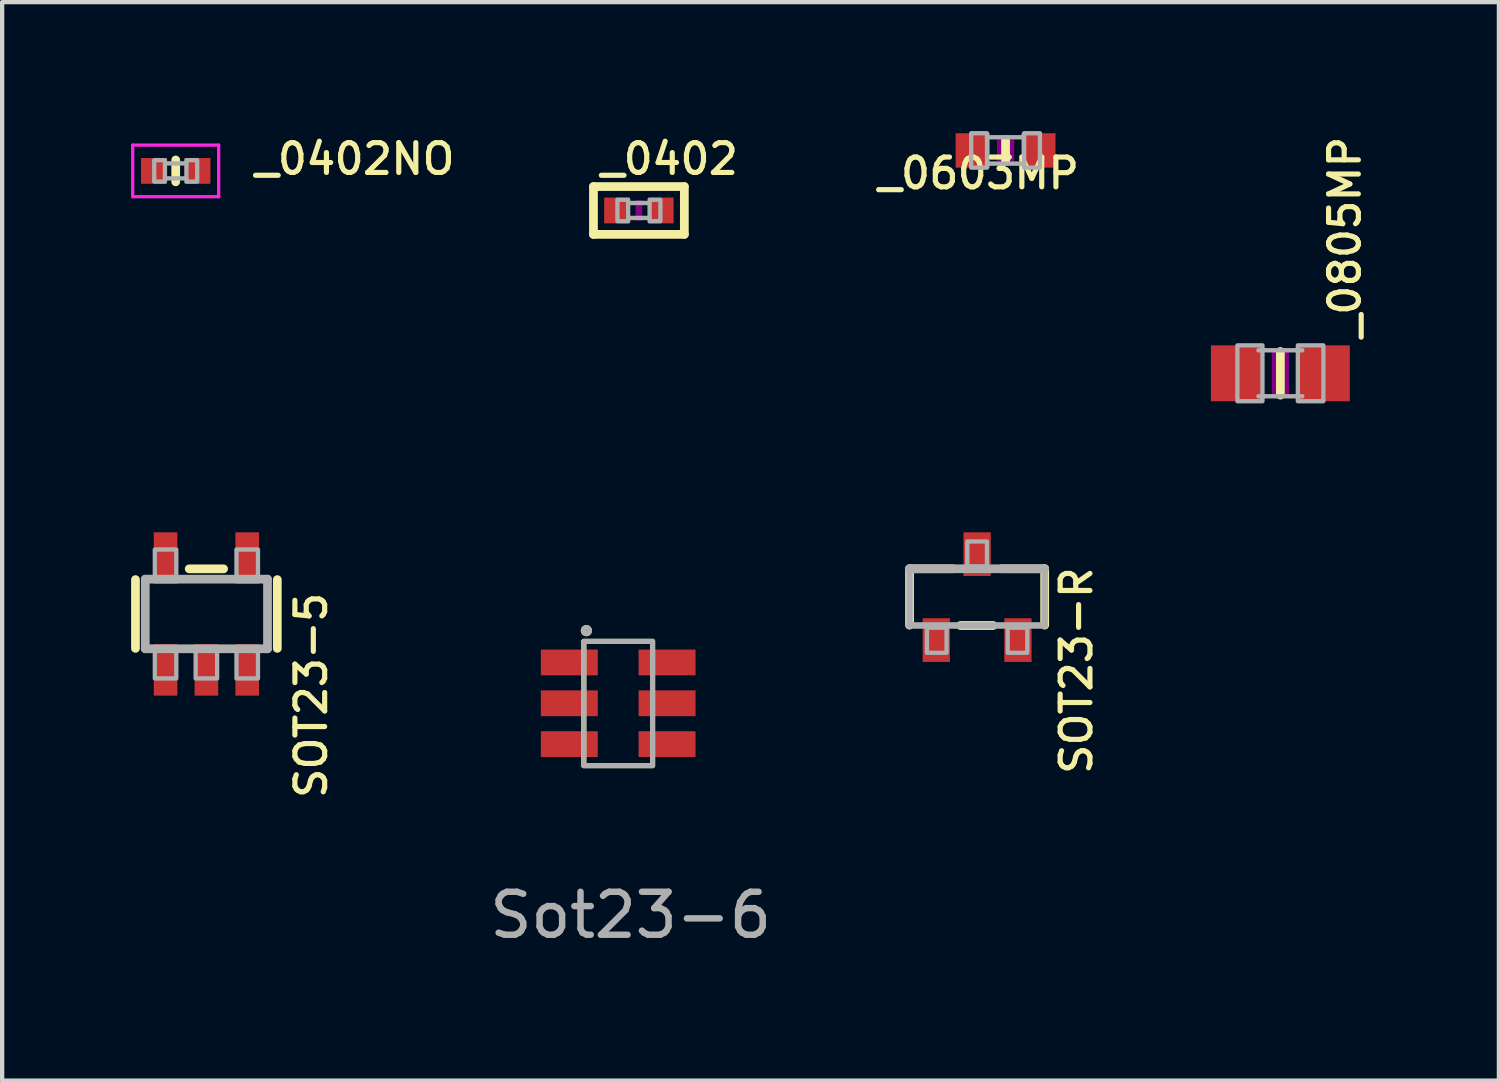
<source format=kicad_pcb>
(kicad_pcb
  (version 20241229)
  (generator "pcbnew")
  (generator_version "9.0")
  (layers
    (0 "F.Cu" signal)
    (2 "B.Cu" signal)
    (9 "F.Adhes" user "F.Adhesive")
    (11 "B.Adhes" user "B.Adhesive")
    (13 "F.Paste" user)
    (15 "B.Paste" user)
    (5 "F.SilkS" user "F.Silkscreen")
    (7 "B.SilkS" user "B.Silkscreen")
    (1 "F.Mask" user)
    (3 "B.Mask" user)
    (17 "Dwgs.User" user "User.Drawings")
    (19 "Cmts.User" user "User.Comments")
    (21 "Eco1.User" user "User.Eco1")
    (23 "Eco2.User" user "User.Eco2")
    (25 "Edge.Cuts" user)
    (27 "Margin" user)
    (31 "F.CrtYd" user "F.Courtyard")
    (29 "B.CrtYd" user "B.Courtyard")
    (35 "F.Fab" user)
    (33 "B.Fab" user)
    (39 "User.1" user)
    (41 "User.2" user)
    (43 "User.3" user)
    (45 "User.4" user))
  (footprint "SOT23-5"
    (layer "F.Cu")
    (at 1.752 11.235)
    (property "Reference" "SOT23-5" (at 2.032 -0.562 90) (layer "F.SilkS") (effects (font (size 0.693 0.693) (thickness 0.12)) (justify right top)))
    (fp_line (start -1.65 -0.8) (end -1.65 0.8) (stroke (width 0.203) (type solid)) (layer "F.SilkS"))
    (fp_line (start -0.4 -1.05) (end 0.4 -1.05) (stroke (width 0.203) (type solid)) (layer "F.SilkS"))
    (fp_line (start 1.65 -0.8) (end 1.65 0.8) (stroke (width 0.203) (type solid)) (layer "F.SilkS"))
    (fp_line (start -1.422 -0.81) (end 1.422 -0.81) (stroke (width 0.203) (type solid)) (layer "F.Fab"))
    (fp_line (start -1.422 0.81) (end -1.422 -0.81) (stroke (width 0.203) (type solid)) (layer "F.Fab"))
    (fp_line (start 1.422 -0.81) (end 1.422 0.81) (stroke (width 0.203) (type solid)) (layer "F.Fab"))
    (fp_line (start 1.422 0.81) (end -1.422 0.81) (stroke (width 0.203) (type solid)) (layer "F.Fab"))
    (fp_poly (pts (xy -1.2 -0.85) (xy -0.7 -0.85) (xy -0.7 -1.5) (xy -1.2 -1.5)) (stroke (width 0.1) (type default)) (fill no) (layer "F.Fab"))
    (fp_poly (pts (xy -1.2 1.5) (xy -0.7 1.5) (xy -0.7 0.85) (xy -1.2 0.85)) (stroke (width 0.1) (type default)) (fill no) (layer "F.Fab"))
    (fp_poly (pts (xy -0.25 1.5) (xy 0.25 1.5) (xy 0.25 0.85) (xy -0.25 0.85)) (stroke (width 0.1) (type default)) (fill no) (layer "F.Fab"))
    (fp_poly (pts (xy 0.7 -0.85) (xy 1.2 -0.85) (xy 1.2 -1.5) (xy 0.7 -1.5)) (stroke (width 0.1) (type default)) (fill no) (layer "F.Fab"))
    (fp_poly (pts (xy 0.7 1.5) (xy 1.2 1.5) (xy 1.2 0.85) (xy 0.7 0.85)) (stroke (width 0.1) (type default)) (fill no) (layer "F.Fab"))
    (pad "1" smd rect (at -0.95 1.3) (size 0.55 1.2) (layers "F.Cu" "F.Mask" "F.Paste"))
    (pad "2" smd rect (at 0 1.3) (size 0.55 1.2) (layers "F.Cu" "F.Mask" "F.Paste"))
    (pad "3" smd rect (at 0.95 1.3) (size 0.55 1.2) (layers "F.Cu" "F.Mask" "F.Paste"))
    (pad "4" smd rect (at 0.95 -1.3) (size 0.55 1.2) (layers "F.Cu" "F.Mask" "F.Paste"))
    (pad "5" smd rect (at -0.95 -1.3) (size 0.55 1.2) (layers "F.Cu" "F.Mask" "F.Paste")))
  (footprint "_0402NO"
    (layer "F.Cu")
    (at 1.038 0.926)
    (property "Reference" "_0402NO" (at 1.778 0.127 0) (layer "F.SilkS") (effects (font (size 0.693 0.693) (thickness 0.12)) (justify left bottom)))
    (fp_line (start 0 -0.254) (end 0 0.254) (stroke (width 0.203) (type solid)) (layer "F.SilkS"))
    (fp_poly (pts (xy -0.079 0.238) (xy 0.079 0.238) (xy 0.079 -0.238) (xy -0.079 -0.238)) (stroke (width 0) (type default)) (fill yes) (layer "F.Adhes"))
    (fp_line (start -1 -0.6) (end 1 -0.6) (stroke (width 0.076) (type solid)) (layer "F.CrtYd"))
    (fp_line (start -1 0.6) (end -1 -0.6) (stroke (width 0.076) (type solid)) (layer "F.CrtYd"))
    (fp_line (start 1 -0.6) (end 1 0.6) (stroke (width 0.076) (type solid)) (layer "F.CrtYd"))
    (fp_line (start 1 0.6) (end -1 0.6) (stroke (width 0.076) (type solid)) (layer "F.CrtYd"))
    (fp_line (start -0.245 -0.174) (end 0.245 -0.174) (stroke (width 0.102) (type solid)) (layer "F.Fab"))
    (fp_line (start 0.245 0.174) (end -0.245 0.174) (stroke (width 0.102) (type solid)) (layer "F.Fab"))
    (fp_poly (pts (xy -0.5 0.25) (xy -0.25 0.25) (xy -0.25 -0.25) (xy -0.5 -0.25)) (stroke (width 0.1) (type default)) (fill no) (layer "F.Fab"))
    (fp_poly (pts (xy 0.25 0.25) (xy 0.5 0.25) (xy 0.5 -0.25) (xy 0.25 -0.25)) (stroke (width 0.1) (type default)) (fill no) (layer "F.Fab"))
    (pad "1" smd rect (at -0.508 0) (size 0.6 0.6) (layers "F.Cu" "F.Mask" "F.Paste"))
    (pad "2" smd rect (at 0.508 0) (size 0.6 0.6) (layers "F.Cu" "F.Mask" "F.Paste")))
  (footprint "_0402"
    (layer "F.Cu")
    (at 11.815 1.847)
    (property "Reference" "_0402" (at -0.953 -0.794 0) (layer "F.SilkS") (effects (font (size 0.693 0.693) (thickness 0.12)) (justify left bottom)))
    (fp_line (start -1.057 -0.556) (end 1.057 -0.556) (stroke (width 0.203) (type solid)) (layer "F.SilkS"))
    (fp_line (start -1.057 0.556) (end -1.057 -0.556) (stroke (width 0.203) (type solid)) (layer "F.SilkS"))
    (fp_line (start 1.057 -0.556) (end 1.057 0.556) (stroke (width 0.203) (type solid)) (layer "F.SilkS"))
    (fp_line (start 1.057 0.556) (end -1.057 0.556) (stroke (width 0.203) (type solid)) (layer "F.SilkS"))
    (fp_poly (pts (xy -0.079 0.238) (xy 0.079 0.238) (xy 0.079 -0.238) (xy -0.079 -0.238)) (stroke (width 0) (type default)) (fill yes) (layer "F.Adhes"))
    (fp_line (start -0.245 -0.174) (end 0.245 -0.174) (stroke (width 0.102) (type solid)) (layer "F.Fab"))
    (fp_line (start 0.245 0.174) (end -0.245 0.174) (stroke (width 0.102) (type solid)) (layer "F.Fab"))
    (fp_poly (pts (xy -0.5 0.25) (xy -0.25 0.25) (xy -0.25 -0.25) (xy -0.5 -0.25)) (stroke (width 0.1) (type default)) (fill no) (layer "F.Fab"))
    (fp_poly (pts (xy 0.25 0.25) (xy 0.5 0.25) (xy 0.5 -0.25) (xy 0.25 -0.25)) (stroke (width 0.1) (type default)) (fill no) (layer "F.Fab"))
    (pad "1" smd rect (at -0.508 0) (size 0.6 0.6) (layers "F.Cu" "F.Mask" "F.Paste"))
    (pad "2" smd rect (at 0.508 0) (size 0.6 0.6) (layers "F.Cu" "F.Mask" "F.Paste")))
  (footprint "_0805MP"
    (layer "F.Cu")
    (at 26.74 5.635)
    (property "Reference" "_0805MP" (at 1.905 -0.762 270) (layer "F.SilkS") (effects (font (size 0.693 0.693) (thickness 0.12)) (justify left bottom)))
    (fp_line (start 0 -0.508) (end 0 0.508) (stroke (width 0.203) (type solid)) (layer "F.SilkS"))
    (fp_poly (pts (xy -0.2 0.5) (xy 0.2 0.5) (xy 0.2 -0.5) (xy -0.2 -0.5)) (stroke (width 0) (type default)) (fill yes) (layer "F.Adhes"))
    (fp_line (start -0.51 -0.535) (end 0.51 -0.535) (stroke (width 0.102) (type solid)) (layer "F.Fab"))
    (fp_line (start -0.51 0.535) (end 0.51 0.535) (stroke (width 0.102) (type solid)) (layer "F.Fab"))
    (fp_poly (pts (xy -1 0.65) (xy -0.417 0.65) (xy -0.417 -0.65) (xy -1 -0.65)) (stroke (width 0.1) (type default)) (fill no) (layer "F.Fab"))
    (fp_poly (pts (xy 0.406 0.65) (xy 1 0.65) (xy 1 -0.65) (xy 0.406 -0.65)) (stroke (width 0.1) (type default)) (fill no) (layer "F.Fab"))
    (pad "1" smd rect (at -1.016 0) (size 1.2 1.3) (layers "F.Cu" "F.Mask" "F.Paste"))
    (pad "2" smd rect (at 1.016 0) (size 1.2 1.3) (layers "F.Cu" "F.Mask" "F.Paste")))
  (footprint "Sot23-6"
    (layer "F.Cu")
    (at 11.333 13.313)
    (property "Reference" "Sot23-6" (at -0.11 -3.13 0) (unlocked yes) (layer "User.1") (effects (font (size 1 1) (thickness 0.15))))
    (fp_rect (start -0.8 -1.44) (end 0.8 1.45) (stroke (width 0.12) (type solid)) (fill no) (layer "F.SilkS"))
    (fp_circle (center -0.74 -1.69) (end -0.69 -1.64) (stroke (width 0.12) (type solid)) (fill no) (layer "F.SilkS"))
    (fp_line (start -0.8 -1.44) (end 0.8 -1.44) (stroke (width 0.12) (type solid)) (layer "F.Fab"))
    (fp_line (start -0.8 -1.05) (end -0.8 -1.44) (stroke (width 0.12) (type solid)) (layer "F.Fab"))
    (fp_line (start -0.8 1.45) (end -0.8 -1.05) (stroke (width 0.12) (type solid)) (layer "F.Fab"))
    (fp_line (start 0.8 -1.44) (end 0.8 1.45) (stroke (width 0.12) (type solid)) (layer "F.Fab"))
    (fp_line (start 0.8 1.45) (end -0.8 1.45) (stroke (width 0.12) (type solid)) (layer "F.Fab"))
    (fp_circle (center -0.74 -1.69) (end -0.669 -1.69) (stroke (width 0.12) (type solid)) (fill no) (layer "F.Fab"))
    (fp_text user "${REFERENCE}" (at 0.29 4.93 0) (unlocked yes) (layer "F.Fab") (effects (font (size 1 1) (thickness 0.15))))
    (pad "1" smd rect (at -1.137 -0.95) (size 1.325 0.6) (layers "F.Cu" "F.Mask" "F.Paste"))
    (pad "2" smd rect (at -1.137 0) (size 1.325 0.6) (layers "F.Cu" "F.Mask" "F.Paste"))
    (pad "3" smd rect (at -1.137 0.95) (size 1.325 0.6) (layers "F.Cu" "F.Mask" "F.Paste"))
    (pad "4" smd rect (at 1.137 0.95) (size 1.325 0.6) (layers "F.Cu" "F.Mask" "F.Paste"))
    (pad "5" smd rect (at 1.137 0) (size 1.325 0.6) (layers "F.Cu" "F.Mask" "F.Paste"))
    (pad "6" smd rect (at 1.137 -0.95) (size 1.325 0.6) (layers "F.Cu" "F.Mask" "F.Paste")))
  (footprint "_0603MP"
    (layer "F.Cu")
    (at 20.346 0.45)
    (property "Reference" "_0603MP" (at 1.778 0.127 180) (layer "F.SilkS") (effects (font (size 0.693 0.693) (thickness 0.12)) (justify right top)))
    (fp_line (start 0 -0.254) (end 0 0.254) (stroke (width 0.203) (type solid)) (layer "F.SilkS"))
    (fp_poly (pts (xy -0.2 0.25) (xy 0.2 0.25) (xy 0.2 -0.25) (xy -0.2 -0.25)) (stroke (width 0) (type default)) (fill yes) (layer "F.Adhes"))
    (fp_line (start -0.432 0.306) (end 0.432 0.306) (stroke (width 0.102) (type solid)) (layer "F.Fab"))
    (fp_line (start 0.432 -0.306) (end -0.432 -0.306) (stroke (width 0.102) (type solid)) (layer "F.Fab"))
    (fp_poly (pts (xy -0.8 0.4) (xy -0.432 0.4) (xy -0.432 -0.4) (xy -0.8 -0.4)) (stroke (width 0.1) (type default)) (fill no) (layer "F.Fab"))
    (fp_poly (pts (xy 0.432 0.4) (xy 0.8 0.4) (xy 0.8 -0.4) (xy 0.432 -0.4)) (stroke (width 0.1) (type default)) (fill no) (layer "F.Fab"))
    (pad "1" smd rect (at -0.762 0) (size 0.8 0.8) (layers "F.Cu" "F.Mask" "F.Paste"))
    (pad "2" smd rect (at 0.762 0) (size 0.8 0.8) (layers "F.Cu" "F.Mask" "F.Paste")))
  (footprint "SOT23-R"
    (layer "F.Cu")
    (at 19.684 10.843)
    (property "Reference" "SOT23-R" (at 1.905 -0.762 90) (layer "F.SilkS") (effects (font (size 0.693 0.693) (thickness 0.12)) (justify right top)))
    (fp_line (start -1.572 -0.66) (end -0.564 -0.66) (stroke (width 0.203) (type solid)) (layer "F.SilkS"))
    (fp_line (start -1.572 0.652) (end -1.572 -0.66) (stroke (width 0.203) (type solid)) (layer "F.SilkS"))
    (fp_line (start 0.372 0.66) (end -0.386 0.66) (stroke (width 0.203) (type solid)) (layer "F.SilkS"))
    (fp_line (start 0.564 -0.66) (end 1.572 -0.66) (stroke (width 0.203) (type solid)) (layer "F.SilkS"))
    (fp_line (start 1.572 -0.66) (end 1.572 0.652) (stroke (width 0.203) (type solid)) (layer "F.SilkS"))
    (fp_line (start -1.572 -0.66) (end 1.572 -0.66) (stroke (width 0.203) (type solid)) (layer "F.Fab"))
    (fp_line (start -1.572 0.66) (end -1.572 -0.66) (stroke (width 0.152) (type solid)) (layer "F.Fab"))
    (fp_line (start 1.572 -0.66) (end 1.572 0.66) (stroke (width 0.152) (type solid)) (layer "F.Fab"))
    (fp_line (start 1.572 0.66) (end -1.572 0.66) (stroke (width 0.152) (type solid)) (layer "F.Fab"))
    (fp_poly (pts (xy -1.168 1.295) (xy -0.711 1.295) (xy -0.711 0.711) (xy -1.168 0.711)) (stroke (width 0.1) (type default)) (fill no) (layer "F.Fab"))
    (fp_poly (pts (xy -0.229 -0.711) (xy 0.229 -0.711) (xy 0.229 -1.295) (xy -0.229 -1.295)) (stroke (width 0.1) (type default)) (fill no) (layer "F.Fab"))
    (fp_poly (pts (xy 0.711 1.295) (xy 1.168 1.295) (xy 1.168 0.711) (xy 0.711 0.711)) (stroke (width 0.1) (type default)) (fill no) (layer "F.Fab"))
    (pad "1" smd rect (at -0.95 1) (size 0.635 1.016) (layers "F.Cu" "F.Mask" "F.Paste"))
    (pad "2" smd rect (at 0.95 1) (size 0.635 1.016) (layers "F.Cu" "F.Mask" "F.Paste"))
    (pad "3" smd rect (at 0 -1) (size 0.635 1.016) (layers "F.Cu" "F.Mask" "F.Paste")))
  (gr_rect
    (start -3 -3)
    (end 31.824 22.092)
    (stroke (width 0.1) (type default))
    (fill no)
    (layer "Edge.Cuts")))
</source>
